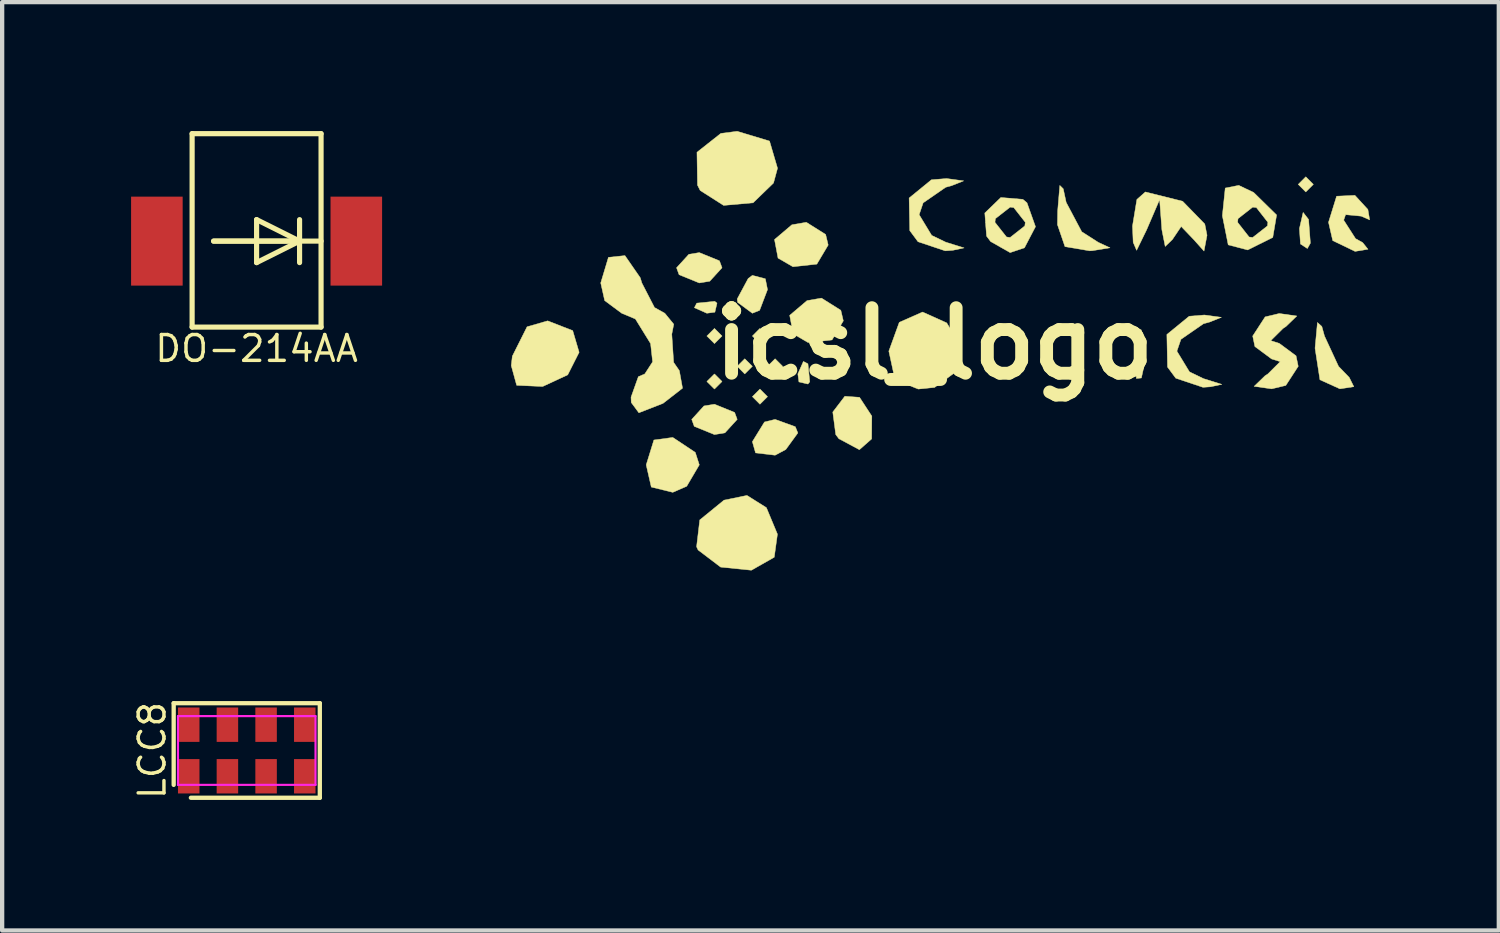
<source format=kicad_pcb>
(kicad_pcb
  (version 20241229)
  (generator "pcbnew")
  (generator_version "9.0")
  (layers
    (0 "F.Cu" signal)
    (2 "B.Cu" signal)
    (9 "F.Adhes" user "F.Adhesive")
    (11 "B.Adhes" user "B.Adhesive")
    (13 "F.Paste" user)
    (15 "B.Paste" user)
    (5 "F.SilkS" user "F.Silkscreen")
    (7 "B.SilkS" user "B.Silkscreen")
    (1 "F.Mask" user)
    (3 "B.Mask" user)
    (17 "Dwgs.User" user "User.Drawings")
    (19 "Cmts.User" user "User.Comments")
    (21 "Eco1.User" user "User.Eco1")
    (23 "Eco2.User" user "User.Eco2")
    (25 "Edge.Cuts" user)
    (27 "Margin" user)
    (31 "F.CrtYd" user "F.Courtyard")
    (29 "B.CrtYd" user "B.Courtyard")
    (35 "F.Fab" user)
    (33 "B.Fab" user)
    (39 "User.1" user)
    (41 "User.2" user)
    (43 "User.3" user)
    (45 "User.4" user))
  (footprint "LCC8"
    (layer "F.Cu")
    (at 2.691 14.411)
    (property "Reference" "LCC8" (at -2.2 0 90) (layer "F.SilkS") (effects (font (size 0.6 0.6) (thickness 0.08))))
    (attr smd)
    (fp_line (start -1.7 -1.1) (end 1.7 -1.1) (stroke (width 0.1) (type solid)) (layer "F.SilkS"))
    (fp_line (start -1.7 0.8) (end -1.7 -1.1) (stroke (width 0.1) (type solid)) (layer "F.SilkS"))
    (fp_line (start 1.7 -1.1) (end 1.7 1.1) (stroke (width 0.1) (type solid)) (layer "F.SilkS"))
    (fp_line (start 1.7 1.1) (end -1.3 1.1) (stroke (width 0.1) (type solid)) (layer "F.SilkS"))
    (fp_line (start -1.6 -0.8) (end 1.6 -0.8) (stroke (width 0.05) (type solid)) (layer "F.CrtYd"))
    (fp_line (start -1.6 0.8) (end -1.6 -0.8) (stroke (width 0.05) (type solid)) (layer "F.CrtYd"))
    (fp_line (start 1.6 -0.8) (end 1.6 0.8) (stroke (width 0.05) (type solid)) (layer "F.CrtYd"))
    (fp_line (start 1.6 0.8) (end -1.6 0.8) (stroke (width 0.05) (type solid)) (layer "F.CrtYd"))
    (pad "1" smd rect (at -1.35 0.6) (size 0.5 0.8) (layers "F.Cu" "F.Mask" "F.Paste"))
    (pad "2" smd rect (at -0.45 0.6) (size 0.5 0.8) (layers "F.Cu" "F.Mask" "F.Paste"))
    (pad "3" smd rect (at 0.45 0.6) (size 0.5 0.8) (layers "F.Cu" "F.Mask" "F.Paste"))
    (pad "4" smd rect (at 1.35 0.6) (size 0.5 0.8) (layers "F.Cu" "F.Mask" "F.Paste"))
    (pad "5" smd rect (at 1.35 -0.6) (size 0.5 0.8) (layers "F.Cu" "F.Mask" "F.Paste"))
    (pad "6" smd rect (at 0.45 -0.6) (size 0.5 0.8) (layers "F.Cu" "F.Mask" "F.Paste"))
    (pad "7" smd rect (at -0.45 -0.6) (size 0.5 0.8) (layers "F.Cu" "F.Mask" "F.Paste"))
    (pad "8" smd rect (at -1.35 -0.6) (size 0.5 0.8) (layers "F.Cu" "F.Mask" "F.Paste")))
  (footprint "DO-214AA"
    (layer "F.Cu")
    (at 2.92 2.56)
    (property "Reference" "DO-214AA" (at 0 2.5 0) (layer "F.SilkS") (effects (font (size 0.6 0.6) (thickness 0.08))))
    (attr through_hole)
    (fp_line (start -1.5 -2.5) (end 1.5 -2.5) (stroke (width 0.12) (type solid)) (layer "F.SilkS"))
    (fp_line (start -1.5 2) (end -1.5 -2.5) (stroke (width 0.12) (type solid)) (layer "F.SilkS"))
    (fp_line (start -1 0) (end 1 0) (stroke (width 0.12) (type solid)) (layer "F.SilkS"))
    (fp_line (start 0 -0.5) (end 0 0.5) (stroke (width 0.12) (type solid)) (layer "F.SilkS"))
    (fp_line (start 0 0.5) (end 1 0) (stroke (width 0.12) (type solid)) (layer "F.SilkS"))
    (fp_line (start 1 -0.5) (end 1 0.5) (stroke (width 0.12) (type solid)) (layer "F.SilkS"))
    (fp_line (start 1 0) (end -1 0) (stroke (width 0.12) (type solid)) (layer "F.SilkS"))
    (fp_line (start 1 0) (end 0 -0.5) (stroke (width 0.12) (type solid)) (layer "F.SilkS"))
    (fp_line (start 1 0) (end 1.5 0) (stroke (width 0.12) (type solid)) (layer "F.SilkS"))
    (fp_line (start 1.5 -2.5) (end 1.5 2) (stroke (width 0.12) (type solid)) (layer "F.SilkS"))
    (fp_line (start 1.5 2) (end -1.5 2) (stroke (width 0.12) (type solid)) (layer "F.SilkS"))
    (pad "1" smd rect (at 2.32 0) (size 1.2 2.07) (layers "F.Cu" "F.Mask" "F.Paste"))
    (pad "2" smd rect (at -2.32 0) (size 1.2 2.07) (layers "F.Cu" "F.Mask" "F.Paste")))
  (footprint "icsl_logo"
    (layer "F.Cu")
    (at 18.688 4.944)
    (property "Reference" "icsl_logo" (at 0 0 0) (layer "F.SilkS") (effects (font (size 1.524 1.524) (thickness 0.3))))
    (attr through_hole)
    (fp_poly (pts (xy -4.939 -0.176) (xy -5.115 0) (xy -5.292 -0.176) (xy -5.115 -0.353) (xy -4.939 -0.176)) (stroke (width 0.01) (type solid)) (fill yes) (layer "F.SilkS"))
    (fp_poly (pts (xy -4.939 0.882) (xy -5.115 1.058) (xy -5.292 0.882) (xy -5.115 0.706) (xy -4.939 0.882)) (stroke (width 0.01) (type solid)) (fill yes) (layer "F.SilkS"))
    (fp_poly (pts (xy -4.233 0.529) (xy -4.41 0.706) (xy -4.586 0.529) (xy -4.41 0.353) (xy -4.233 0.529)) (stroke (width 0.01) (type solid)) (fill yes) (layer "F.SilkS"))
    (fp_poly (pts (xy -3.881 -0.176) (xy -4.057 0) (xy -4.233 -0.176) (xy -4.057 -0.353) (xy -3.881 -0.176)) (stroke (width 0.01) (type solid)) (fill yes) (layer "F.SilkS"))
    (fp_poly (pts (xy -3.881 1.235) (xy -4.057 1.411) (xy -4.233 1.235) (xy -4.057 1.058) (xy -3.881 1.235)) (stroke (width 0.01) (type solid)) (fill yes) (layer "F.SilkS"))
    (fp_poly (pts (xy -3.528 0.529) (xy -3.704 0.706) (xy -3.881 0.529) (xy -3.704 0.353) (xy -3.528 0.529)) (stroke (width 0.01) (type solid)) (fill yes) (layer "F.SilkS"))
    (fp_poly (pts (xy 8.819 -3.704) (xy 8.643 -3.528) (xy 8.467 -3.704) (xy 8.643 -3.881) (xy 8.819 -3.704)) (stroke (width 0.01) (type solid)) (fill yes) (layer "F.SilkS"))
    (fp_poly (pts (xy -5.056 -0.941) (xy -5.105 -0.731) (xy -5.292 -0.706) (xy -5.582 -0.835) (xy -5.527 -0.941) (xy -5.108 -0.983) (xy -5.056 -0.941)) (stroke (width 0.01) (type solid)) (fill yes) (layer "F.SilkS"))
    (fp_poly (pts (xy -2.94 0.47) (xy -2.898 0.889) (xy -2.94 0.941) (xy -3.15 0.892) (xy -3.175 0.706) (xy -3.046 0.415) (xy -2.94 0.47)) (stroke (width 0.01) (type solid)) (fill yes) (layer "F.SilkS"))
    (fp_poly (pts (xy 8.708 -2.888) (xy 8.75 -2.337) (xy 8.68 -2.212) (xy 8.519 -2.317) (xy 8.495 -2.675) (xy 8.581 -3.052) (xy 8.708 -2.888)) (stroke (width 0.01) (type solid)) (fill yes) (layer "F.SilkS"))
    (fp_poly (pts (xy -5.561 2.532) (xy -5.468 2.822) (xy -5.761 3.32) (xy -6.085 3.461) (xy -6.585 3.338) (xy -6.703 2.822) (xy -6.524 2.243) (xy -6.085 2.184) (xy -5.561 2.532)) (stroke (width 0.01) (type solid)) (fill yes) (layer "F.SilkS"))
    (fp_poly (pts (xy -4.999 -1.926) (xy -4.939 -1.764) (xy -5.225 -1.451) (xy -5.468 -1.411) (xy -5.938 -1.602) (xy -5.997 -1.764) (xy -5.711 -2.077) (xy -5.468 -2.117) (xy -4.999 -1.926)) (stroke (width 0.01) (type solid)) (fill yes) (layer "F.SilkS"))
    (fp_poly (pts (xy -4.646 1.602) (xy -4.586 1.764) (xy -4.872 2.077) (xy -5.115 2.117) (xy -5.585 1.926) (xy -5.644 1.764) (xy -5.359 1.451) (xy -5.115 1.411) (xy -4.646 1.602)) (stroke (width 0.01) (type solid)) (fill yes) (layer "F.SilkS"))
    (fp_poly (pts (xy -3.931 -1.508) (xy -3.881 -1.256) (xy -4.065 -0.773) (xy -4.233 -0.706) (xy -4.576 -0.959) (xy -4.586 -1.038) (xy -4.33 -1.515) (xy -4.233 -1.587) (xy -3.931 -1.508)) (stroke (width 0.01) (type solid)) (fill yes) (layer "F.SilkS"))
    (fp_poly (pts (xy -3.234 1.934) (xy -3.175 2.079) (xy -3.456 2.465) (xy -3.704 2.597) (xy -4.159 2.543) (xy -4.233 2.282) (xy -3.951 1.824) (xy -3.704 1.764) (xy -3.234 1.934)) (stroke (width 0.01) (type solid)) (fill yes) (layer "F.SilkS"))
    (fp_poly (pts (xy -2.528 -2.539) (xy -2.469 -2.293) (xy -2.733 -1.849) (xy -3.289 -1.788) (xy -3.636 -1.989) (xy -3.718 -2.421) (xy -3.314 -2.764) (xy -2.978 -2.822) (xy -2.528 -2.539)) (stroke (width 0.01) (type solid)) (fill yes) (layer "F.SilkS"))
    (fp_poly (pts (xy -2.175 -0.775) (xy -2.117 -0.529) (xy -2.38 -0.085) (xy -2.936 -0.024) (xy -3.283 -0.226) (xy -3.365 -0.657) (xy -2.961 -1) (xy -2.625 -1.058) (xy -2.175 -0.775)) (stroke (width 0.01) (type solid)) (fill yes) (layer "F.SilkS"))
    (fp_poly (pts (xy -1.74 1.25) (xy -1.454 1.687) (xy -1.458 2.218) (xy -1.743 2.469) (xy -2.221 2.213) (xy -2.293 2.117) (xy -2.362 1.593) (xy -2.082 1.226) (xy -1.74 1.25)) (stroke (width 0.01) (type solid)) (fill yes) (layer "F.SilkS"))
    (fp_poly (pts (xy 4.813 -0.319) (xy 4.831 -0.258) (xy 4.882 0.511) (xy 4.818 0.8) (xy 4.702 0.812) (xy 4.654 0.26) (xy 4.655 0.176) (xy 4.706 -0.371) (xy 4.813 -0.319)) (stroke (width 0.01) (type solid)) (fill yes) (layer "F.SilkS"))
    (fp_poly (pts (xy -8.413 -0.302) (xy -8.264 0.203) (xy -8.529 0.727) (xy -9.112 0.998) (xy -9.717 0.971) (xy -9.843 0.512) (xy -9.818 0.293) (xy -9.475 -0.391) (xy -8.996 -0.529) (xy -8.413 -0.302)) (stroke (width 0.01) (type solid)) (fill yes) (layer "F.SilkS"))
    (fp_poly (pts (xy 0.289 -0.481) (xy 0.493 -0.145) (xy 0.543 0.625) (xy 0.007 1.02) (xy -0.374 1.058) (xy -0.914 0.84) (xy -1.058 0.176) (xy -0.815 -0.495) (xy -0.273 -0.734) (xy 0.289 -0.481)) (stroke (width 0.01) (type solid)) (fill yes) (layer "F.SilkS"))
    (fp_poly (pts (xy -3.907 3.817) (xy -3.65 4.434) (xy -3.724 4.971) (xy -4.256 5.273) (xy -4.972 5.2) (xy -5.496 4.802) (xy -5.531 4.727) (xy -5.457 4.103) (xy -4.893 3.643) (xy -4.359 3.533) (xy -3.907 3.817)) (stroke (width 0.01) (type solid)) (fill yes) (layer "F.SilkS"))
    (fp_poly (pts (xy -3.834 -4.712) (xy -3.648 -4.08) (xy -3.741 -3.736) (xy -4.216 -3.276) (xy -4.902 -3.215) (xy -5.447 -3.562) (xy -5.51 -3.687) (xy -5.522 -4.452) (xy -4.967 -4.89) (xy -4.586 -4.939) (xy -3.834 -4.712)) (stroke (width 0.01) (type solid)) (fill yes) (layer "F.SilkS"))
    (fp_poly (pts (xy 9.016 -0.399) (xy 9.078 -0.176) (xy 9.405 0.53) (xy 9.654 0.788) (xy 9.761 1.003) (xy 9.437 1.053) (xy 8.972 0.842) (xy 8.859 0.112) (xy 8.86 0.088) (xy 8.914 -0.491) (xy 9.016 -0.399)) (stroke (width 0.01) (type solid)) (fill yes) (layer "F.SilkS"))
    (fp_poly (pts (xy 3 -3.601) (xy 3.068 -3.285) (xy 3.43 -2.602) (xy 3.814 -2.356) (xy 4.087 -2.229) (xy 3.674 -2.161) (xy 3.616 -2.158) (xy 3.04 -2.256) (xy 2.865 -2.768) (xy 2.87 -3.087) (xy 2.92 -3.68) (xy 3 -3.601)) (stroke (width 0.01) (type solid)) (fill yes) (layer "F.SilkS"))
    (fp_poly (pts (xy 10.088 -3.12) (xy 10.129 -2.879) (xy 9.932 -2.965) (xy 9.569 -3) (xy 9.525 -2.872) (xy 9.801 -2.442) (xy 9.966 -2.35) (xy 10.09 -2.195) (xy 9.79 -2.145) (xy 9.27 -2.396) (xy 9.172 -2.822) (xy 9.36 -3.429) (xy 9.786 -3.449) (xy 10.088 -3.12)) (stroke (width 0.01) (type solid)) (fill yes) (layer "F.SilkS"))
    (fp_poly (pts (xy 0.683 -3.786) (xy 0.402 -3.674) (xy 0.265 -3.637) (xy -0.26 -3.274) (xy -0.353 -2.999) (xy -0.061 -2.517) (xy 0.265 -2.36) (xy 0.692 -2.226) (xy 0.428 -2.17) (xy 0.254 -2.158) (xy -0.379 -2.37) (xy -0.571 -2.629) (xy -0.586 -3.387) (xy -0.067 -3.811) (xy 0.285 -3.84) (xy 0.683 -3.786)) (stroke (width 0.01) (type solid)) (fill yes) (layer "F.SilkS"))
    (fp_poly (pts (xy 6.68 -0.611) (xy 6.399 -0.499) (xy 6.262 -0.462) (xy 5.738 -0.099) (xy 5.644 0.176) (xy 5.937 0.658) (xy 6.262 0.815) (xy 6.689 0.949) (xy 6.426 1.005) (xy 6.251 1.017) (xy 5.618 0.805) (xy 5.426 0.546) (xy 5.411 -0.212) (xy 5.93 -0.636) (xy 6.283 -0.665) (xy 6.68 -0.611)) (stroke (width 0.01) (type solid)) (fill yes) (layer "F.SilkS"))
    (fp_poly (pts (xy 5.777 -3.312) (xy 6.293 -2.782) (xy 6.345 -2.52) (xy 6.275 -2.153) (xy 6.035 -2.421) (xy 5.744 -2.725) (xy 5.539 -2.421) (xy 5.372 -2.26) (xy 5.295 -2.646) (xy 5.242 -3.351) (xy 4.939 -2.646) (xy 4.707 -2.17) (xy 4.627 -2.356) (xy 4.611 -2.734) (xy 4.713 -3.353) (xy 4.91 -3.528) (xy 5.777 -3.312)) (stroke (width 0.01) (type solid)) (fill yes) (layer "F.SilkS"))
    (fp_poly (pts (xy 8.434 -0.642) (xy 8.181 -0.397) (xy 8.114 -0.353) (xy 7.827 -0.068) (xy 8.026 -0.005) (xy 8.416 0.284) (xy 8.467 0.529) (xy 8.178 0.974) (xy 7.849 1.053) (xy 7.441 0.995) (xy 7.694 0.75) (xy 7.761 0.706) (xy 8.048 0.42) (xy 7.849 0.358) (xy 7.459 0.069) (xy 7.408 -0.176) (xy 7.697 -0.621) (xy 8.026 -0.7) (xy 8.434 -0.642)) (stroke (width 0.01) (type solid)) (fill yes) (layer "F.SilkS"))
    (fp_poly (pts (xy 2.06 -3.356) (xy 2.156 -3.276) (xy 2.354 -2.72) (xy 2.097 -2.228) (xy 1.764 -2.117) (xy 1.311 -2.374) (xy 1.216 -2.5) (xy 1.191 -2.822) (xy 1.411 -2.822) (xy 1.68 -2.48) (xy 1.764 -2.469) (xy 2.106 -2.738) (xy 2.117 -2.822) (xy 1.848 -3.165) (xy 1.764 -3.175) (xy 1.421 -2.907) (xy 1.411 -2.822) (xy 1.191 -2.822) (xy 1.175 -3.038) (xy 1.548 -3.399) (xy 2.06 -3.356)) (stroke (width 0.01) (type solid)) (fill yes) (layer "F.SilkS"))
    (fp_poly (pts (xy 7.43 -3.516) (xy 7.964 -2.992) (xy 7.875 -2.47) (xy 7.291 -2.179) (xy 6.838 -2.297) (xy 6.733 -2.822) (xy 7.056 -2.822) (xy 7.324 -2.48) (xy 7.408 -2.469) (xy 7.751 -2.738) (xy 7.761 -2.822) (xy 7.493 -3.165) (xy 7.408 -3.175) (xy 7.066 -2.907) (xy 7.056 -2.822) (xy 6.733 -2.822) (xy 6.703 -2.97) (xy 6.703 -2.985) (xy 6.769 -3.619) (xy 7.084 -3.681) (xy 7.43 -3.516)) (stroke (width 0.01) (type solid)) (fill yes) (layer "F.SilkS"))
    (fp_poly (pts (xy -6.841 -1.531) (xy -6.805 -1.411) (xy -6.51 -0.839) (xy -6.271 -0.706) (xy -6.062 -0.451) (xy -6.108 -0.219) (xy -6.065 0.437) (xy -5.932 0.63) (xy -5.858 1.038) (xy -6.312 1.391) (xy -6.874 1.61) (xy -7.051 1.371) (xy -7.056 1.247) (xy -6.886 0.77) (xy -6.736 0.706) (xy -6.554 0.425) (xy -6.601 0) (xy -6.955 -0.573) (xy -7.273 -0.706) (xy -7.669 -1) (xy -7.761 -1.411) (xy -7.582 -2.007) (xy -7.198 -2.047) (xy -6.841 -1.531)) (stroke (width 0.01) (type solid)) (fill yes) (layer "F.SilkS")))
  (gr_rect
    (start -3 -3)
    (end 31.822 18.599)
    (stroke (width 0.1) (type default))
    (fill no)
    (layer "Edge.Cuts")))
</source>
